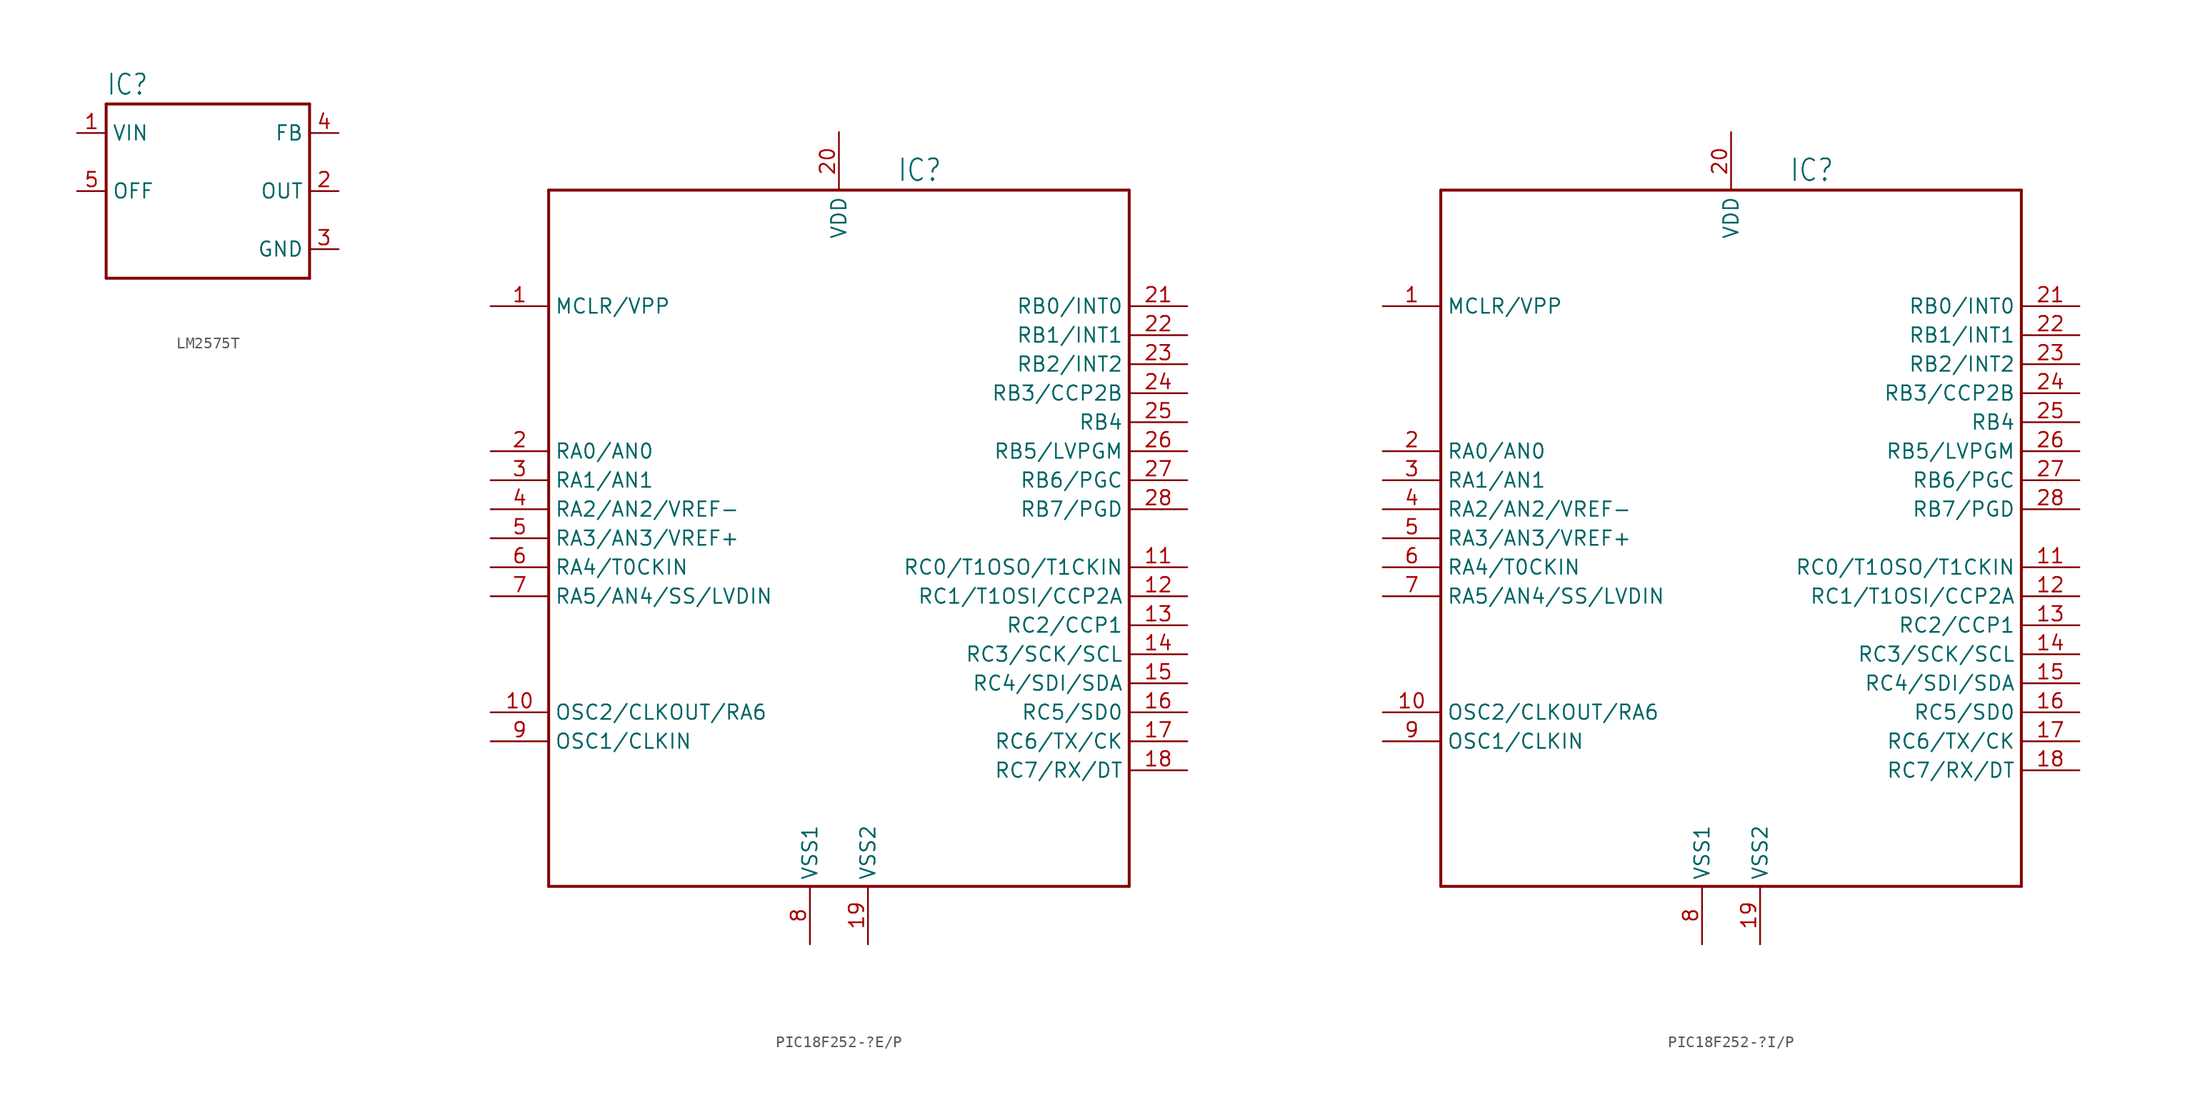
<source format=kicad_sym>
(kicad_symbol_lib
  (version 20220914)
  (generator kicad_symbol_editor)
  (symbol "LM2575T"
    (property "Reference" "IC"
      (at -7.62 8.28 0)
      (effects (font (size 1.778 1.511)) (justify left bottom)))
    (property "Value" ""
      (at -7.62 -10.16 0)
      (effects (font (size 1.778 1.511)) (justify left bottom)))
    (property "ki_locked" ""
      (at 0 0 0)
      (effects (font (size 1.27 1.27))))
    (symbol "LM2575T_1_0"
      (polyline (pts (xy -7.62 -7.62) (xy 10.16 -7.62)) (stroke (width 0.254) (type solid)) (fill (type none)))
      (polyline (pts (xy -7.62 7.62) (xy -7.62 -7.62)) (stroke (width 0.254) (type solid)) (fill (type none)))
      (polyline (pts (xy 10.16 -7.62) (xy 10.16 7.62)) (stroke (width 0.254) (type solid)) (fill (type none)))
      (polyline (pts (xy 10.16 7.62) (xy -7.62 7.62)) (stroke (width 0.254) (type solid)) (fill (type none)))
      (pin power_in line (at -10.16 5.08 0) (length 2.54) (name "VIN" (effects (font (size 1.27 1.27)))) (number "1" (effects (font (size 1.27 1.27)))))
      (pin output line (at 12.7 0 180) (length 2.54) (name "OUT" (effects (font (size 1.27 1.27)))) (number "2" (effects (font (size 1.27 1.27)))))
      (pin power_in line (at 12.7 -5.08 180) (length 2.54) (name "GND" (effects (font (size 1.27 1.27)))) (number "3" (effects (font (size 1.27 1.27)))))
      (pin input line (at 12.7 5.08 180) (length 2.54) (name "FB" (effects (font (size 1.27 1.27)))) (number "4" (effects (font (size 1.27 1.27)))))
      (pin input line (at -10.16 0 0) (length 2.54) (name "OFF" (effects (font (size 1.27 1.27)))) (number "5" (effects (font (size 1.27 1.27)))))))
  (symbol "PIC18F252-?E/P"
    (property "Reference" "IC"
      (at 5.08 31.115 0)
      (effects (font (size 1.905 1.619)) (justify left bottom)))
    (property "Value" ""
      (at -24.765 27.94 0)
      (effects (font (size 1.905 1.619)) (justify left bottom)))
    (property "ki_locked" ""
      (at 0 0 0)
      (effects (font (size 1.27 1.27))))
    (symbol "PIC18F252-?E/P_1_0"
      (polyline (pts (xy -25.4 -30.48) (xy -25.4 30.48)) (stroke (width 0.254) (type solid)) (fill (type none)))
      (polyline (pts (xy -25.4 30.48) (xy 25.4 30.48)) (stroke (width 0.254) (type solid)) (fill (type none)))
      (polyline (pts (xy 25.4 -30.48) (xy -25.4 -30.48)) (stroke (width 0.254) (type solid)) (fill (type none)))
      (polyline (pts (xy 25.4 30.48) (xy 25.4 -30.48)) (stroke (width 0.254) (type solid)) (fill (type none)))
      (pin input line (at -30.48 20.32 0) (length 5.08) (name "MCLR/VPP" (effects (font (size 1.27 1.27)))) (number "1" (effects (font (size 1.27 1.27)))))
      (pin output line (at -30.48 -15.24 0) (length 5.08) (name "OSC2/CLKOUT/RA6" (effects (font (size 1.27 1.27)))) (number "10" (effects (font (size 1.27 1.27)))))
      (pin bidirectional line (at 30.48 -2.54 180) (length 5.08) (name "RC0/T1OSO/T1CKIN" (effects (font (size 1.27 1.27)))) (number "11" (effects (font (size 1.27 1.27)))))
      (pin bidirectional line (at 30.48 -5.08 180) (length 5.08) (name "RC1/T1OSI/CCP2A" (effects (font (size 1.27 1.27)))) (number "12" (effects (font (size 1.27 1.27)))))
      (pin bidirectional line (at 30.48 -7.62 180) (length 5.08) (name "RC2/CCP1" (effects (font (size 1.27 1.27)))) (number "13" (effects (font (size 1.27 1.27)))))
      (pin bidirectional line (at 30.48 -10.16 180) (length 5.08) (name "RC3/SCK/SCL" (effects (font (size 1.27 1.27)))) (number "14" (effects (font (size 1.27 1.27)))))
      (pin bidirectional line (at 30.48 -12.7 180) (length 5.08) (name "RC4/SDI/SDA" (effects (font (size 1.27 1.27)))) (number "15" (effects (font (size 1.27 1.27)))))
      (pin bidirectional line (at 30.48 -15.24 180) (length 5.08) (name "RC5/SD0" (effects (font (size 1.27 1.27)))) (number "16" (effects (font (size 1.27 1.27)))))
      (pin bidirectional line (at 30.48 -17.78 180) (length 5.08) (name "RC6/TX/CK" (effects (font (size 1.27 1.27)))) (number "17" (effects (font (size 1.27 1.27)))))
      (pin bidirectional line (at 30.48 -20.32 180) (length 5.08) (name "RC7/RX/DT" (effects (font (size 1.27 1.27)))) (number "18" (effects (font (size 1.27 1.27)))))
      (pin power_in line (at 2.54 -35.56 90) (length 5.08) (name "VSS2" (effects (font (size 1.27 1.27)))) (number "19" (effects (font (size 1.27 1.27)))))
      (pin bidirectional line (at -30.48 7.62 0) (length 5.08) (name "RA0/AN0" (effects (font (size 1.27 1.27)))) (number "2" (effects (font (size 1.27 1.27)))))
      (pin power_in line (at 0 35.56 270) (length 5.08) (name "VDD" (effects (font (size 1.27 1.27)))) (number "20" (effects (font (size 1.27 1.27)))))
      (pin bidirectional line (at 30.48 20.32 180) (length 5.08) (name "RB0/INT0" (effects (font (size 1.27 1.27)))) (number "21" (effects (font (size 1.27 1.27)))))
      (pin bidirectional line (at 30.48 17.78 180) (length 5.08) (name "RB1/INT1" (effects (font (size 1.27 1.27)))) (number "22" (effects (font (size 1.27 1.27)))))
      (pin bidirectional line (at 30.48 15.24 180) (length 5.08) (name "RB2/INT2" (effects (font (size 1.27 1.27)))) (number "23" (effects (font (size 1.27 1.27)))))
      (pin bidirectional line (at 30.48 12.7 180) (length 5.08) (name "RB3/CCP2B" (effects (font (size 1.27 1.27)))) (number "24" (effects (font (size 1.27 1.27)))))
      (pin bidirectional line (at 30.48 10.16 180) (length 5.08) (name "RB4" (effects (font (size 1.27 1.27)))) (number "25" (effects (font (size 1.27 1.27)))))
      (pin bidirectional line (at 30.48 7.62 180) (length 5.08) (name "RB5/LVPGM" (effects (font (size 1.27 1.27)))) (number "26" (effects (font (size 1.27 1.27)))))
      (pin bidirectional line (at 30.48 5.08 180) (length 5.08) (name "RB6/PGC" (effects (font (size 1.27 1.27)))) (number "27" (effects (font (size 1.27 1.27)))))
      (pin bidirectional line (at 30.48 2.54 180) (length 5.08) (name "RB7/PGD" (effects (font (size 1.27 1.27)))) (number "28" (effects (font (size 1.27 1.27)))))
      (pin bidirectional line (at -30.48 5.08 0) (length 5.08) (name "RA1/AN1" (effects (font (size 1.27 1.27)))) (number "3" (effects (font (size 1.27 1.27)))))
      (pin bidirectional line (at -30.48 2.54 0) (length 5.08) (name "RA2/AN2/VREF-" (effects (font (size 1.27 1.27)))) (number "4" (effects (font (size 1.27 1.27)))))
      (pin bidirectional line (at -30.48 0 0) (length 5.08) (name "RA3/AN3/VREF+" (effects (font (size 1.27 1.27)))) (number "5" (effects (font (size 1.27 1.27)))))
      (pin open_collector line (at -30.48 -2.54 0) (length 5.08) (name "RA4/T0CKIN" (effects (font (size 1.27 1.27)))) (number "6" (effects (font (size 1.27 1.27)))))
      (pin bidirectional line (at -30.48 -5.08 0) (length 5.08) (name "RA5/AN4/SS/LVDIN" (effects (font (size 1.27 1.27)))) (number "7" (effects (font (size 1.27 1.27)))))
      (pin power_in line (at -2.54 -35.56 90) (length 5.08) (name "VSS1" (effects (font (size 1.27 1.27)))) (number "8" (effects (font (size 1.27 1.27)))))
      (pin input line (at -30.48 -17.78 0) (length 5.08) (name "OSC1/CLKIN" (effects (font (size 1.27 1.27)))) (number "9" (effects (font (size 1.27 1.27)))))))
  (symbol "PIC18F252-?I/P"
    (property "Reference" "IC"
      (at 5.08 31.115 0)
      (effects (font (size 1.905 1.619)) (justify left bottom)))
    (property "Value" ""
      (at -24.765 27.94 0)
      (effects (font (size 1.905 1.619)) (justify left bottom)))
    (property "ki_locked" ""
      (at 0 0 0)
      (effects (font (size 1.27 1.27))))
    (symbol "PIC18F252-?I/P_1_0"
      (polyline (pts (xy -25.4 -30.48) (xy -25.4 30.48)) (stroke (width 0.254) (type solid)) (fill (type none)))
      (polyline (pts (xy -25.4 30.48) (xy 25.4 30.48)) (stroke (width 0.254) (type solid)) (fill (type none)))
      (polyline (pts (xy 25.4 -30.48) (xy -25.4 -30.48)) (stroke (width 0.254) (type solid)) (fill (type none)))
      (polyline (pts (xy 25.4 30.48) (xy 25.4 -30.48)) (stroke (width 0.254) (type solid)) (fill (type none)))
      (pin input line (at -30.48 20.32 0) (length 5.08) (name "MCLR/VPP" (effects (font (size 1.27 1.27)))) (number "1" (effects (font (size 1.27 1.27)))))
      (pin output line (at -30.48 -15.24 0) (length 5.08) (name "OSC2/CLKOUT/RA6" (effects (font (size 1.27 1.27)))) (number "10" (effects (font (size 1.27 1.27)))))
      (pin bidirectional line (at 30.48 -2.54 180) (length 5.08) (name "RC0/T1OSO/T1CKIN" (effects (font (size 1.27 1.27)))) (number "11" (effects (font (size 1.27 1.27)))))
      (pin bidirectional line (at 30.48 -5.08 180) (length 5.08) (name "RC1/T1OSI/CCP2A" (effects (font (size 1.27 1.27)))) (number "12" (effects (font (size 1.27 1.27)))))
      (pin bidirectional line (at 30.48 -7.62 180) (length 5.08) (name "RC2/CCP1" (effects (font (size 1.27 1.27)))) (number "13" (effects (font (size 1.27 1.27)))))
      (pin bidirectional line (at 30.48 -10.16 180) (length 5.08) (name "RC3/SCK/SCL" (effects (font (size 1.27 1.27)))) (number "14" (effects (font (size 1.27 1.27)))))
      (pin bidirectional line (at 30.48 -12.7 180) (length 5.08) (name "RC4/SDI/SDA" (effects (font (size 1.27 1.27)))) (number "15" (effects (font (size 1.27 1.27)))))
      (pin bidirectional line (at 30.48 -15.24 180) (length 5.08) (name "RC5/SD0" (effects (font (size 1.27 1.27)))) (number "16" (effects (font (size 1.27 1.27)))))
      (pin bidirectional line (at 30.48 -17.78 180) (length 5.08) (name "RC6/TX/CK" (effects (font (size 1.27 1.27)))) (number "17" (effects (font (size 1.27 1.27)))))
      (pin bidirectional line (at 30.48 -20.32 180) (length 5.08) (name "RC7/RX/DT" (effects (font (size 1.27 1.27)))) (number "18" (effects (font (size 1.27 1.27)))))
      (pin power_in line (at 2.54 -35.56 90) (length 5.08) (name "VSS2" (effects (font (size 1.27 1.27)))) (number "19" (effects (font (size 1.27 1.27)))))
      (pin bidirectional line (at -30.48 7.62 0) (length 5.08) (name "RA0/AN0" (effects (font (size 1.27 1.27)))) (number "2" (effects (font (size 1.27 1.27)))))
      (pin power_in line (at 0 35.56 270) (length 5.08) (name "VDD" (effects (font (size 1.27 1.27)))) (number "20" (effects (font (size 1.27 1.27)))))
      (pin bidirectional line (at 30.48 20.32 180) (length 5.08) (name "RB0/INT0" (effects (font (size 1.27 1.27)))) (number "21" (effects (font (size 1.27 1.27)))))
      (pin bidirectional line (at 30.48 17.78 180) (length 5.08) (name "RB1/INT1" (effects (font (size 1.27 1.27)))) (number "22" (effects (font (size 1.27 1.27)))))
      (pin bidirectional line (at 30.48 15.24 180) (length 5.08) (name "RB2/INT2" (effects (font (size 1.27 1.27)))) (number "23" (effects (font (size 1.27 1.27)))))
      (pin bidirectional line (at 30.48 12.7 180) (length 5.08) (name "RB3/CCP2B" (effects (font (size 1.27 1.27)))) (number "24" (effects (font (size 1.27 1.27)))))
      (pin bidirectional line (at 30.48 10.16 180) (length 5.08) (name "RB4" (effects (font (size 1.27 1.27)))) (number "25" (effects (font (size 1.27 1.27)))))
      (pin bidirectional line (at 30.48 7.62 180) (length 5.08) (name "RB5/LVPGM" (effects (font (size 1.27 1.27)))) (number "26" (effects (font (size 1.27 1.27)))))
      (pin bidirectional line (at 30.48 5.08 180) (length 5.08) (name "RB6/PGC" (effects (font (size 1.27 1.27)))) (number "27" (effects (font (size 1.27 1.27)))))
      (pin bidirectional line (at 30.48 2.54 180) (length 5.08) (name "RB7/PGD" (effects (font (size 1.27 1.27)))) (number "28" (effects (font (size 1.27 1.27)))))
      (pin bidirectional line (at -30.48 5.08 0) (length 5.08) (name "RA1/AN1" (effects (font (size 1.27 1.27)))) (number "3" (effects (font (size 1.27 1.27)))))
      (pin bidirectional line (at -30.48 2.54 0) (length 5.08) (name "RA2/AN2/VREF-" (effects (font (size 1.27 1.27)))) (number "4" (effects (font (size 1.27 1.27)))))
      (pin bidirectional line (at -30.48 0 0) (length 5.08) (name "RA3/AN3/VREF+" (effects (font (size 1.27 1.27)))) (number "5" (effects (font (size 1.27 1.27)))))
      (pin open_collector line (at -30.48 -2.54 0) (length 5.08) (name "RA4/T0CKIN" (effects (font (size 1.27 1.27)))) (number "6" (effects (font (size 1.27 1.27)))))
      (pin bidirectional line (at -30.48 -5.08 0) (length 5.08) (name "RA5/AN4/SS/LVDIN" (effects (font (size 1.27 1.27)))) (number "7" (effects (font (size 1.27 1.27)))))
      (pin power_in line (at -2.54 -35.56 90) (length 5.08) (name "VSS1" (effects (font (size 1.27 1.27)))) (number "8" (effects (font (size 1.27 1.27)))))
      (pin input line (at -30.48 -17.78 0) (length 5.08) (name "OSC1/CLKIN" (effects (font (size 1.27 1.27)))) (number "9" (effects (font (size 1.27 1.27))))))))
</source>
